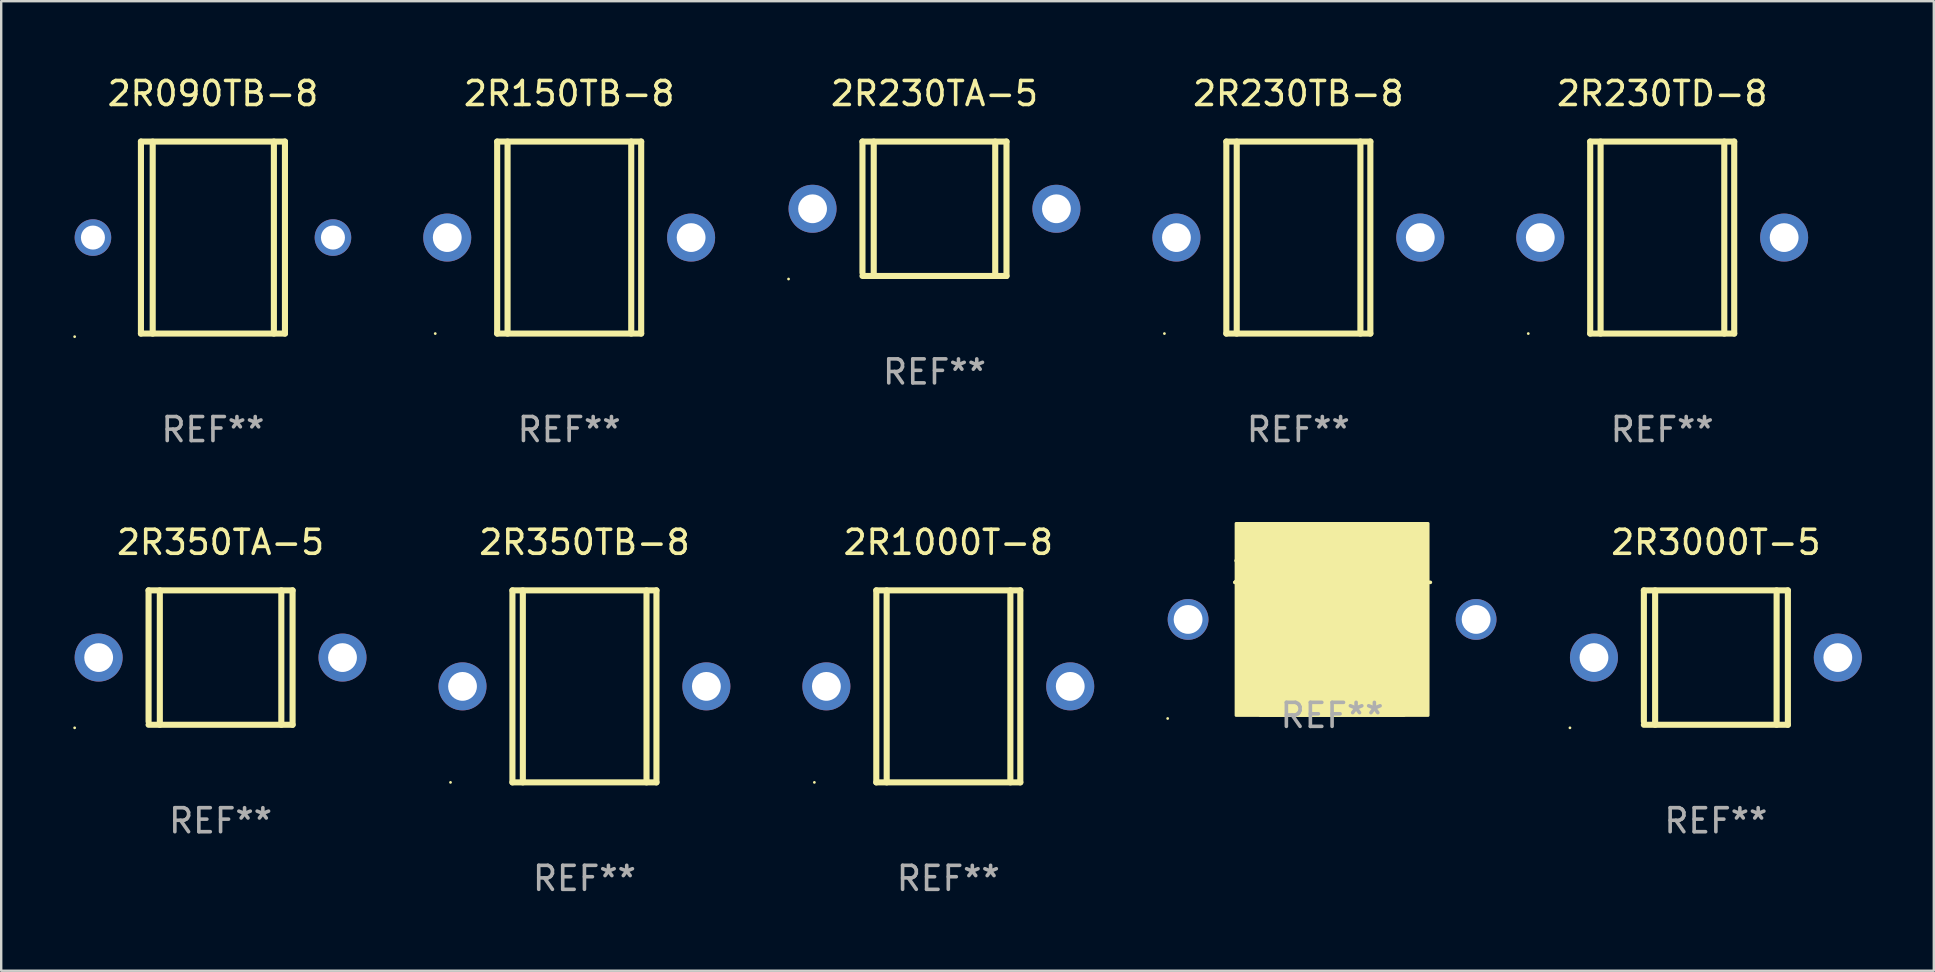
<source format=kicad_pcb>
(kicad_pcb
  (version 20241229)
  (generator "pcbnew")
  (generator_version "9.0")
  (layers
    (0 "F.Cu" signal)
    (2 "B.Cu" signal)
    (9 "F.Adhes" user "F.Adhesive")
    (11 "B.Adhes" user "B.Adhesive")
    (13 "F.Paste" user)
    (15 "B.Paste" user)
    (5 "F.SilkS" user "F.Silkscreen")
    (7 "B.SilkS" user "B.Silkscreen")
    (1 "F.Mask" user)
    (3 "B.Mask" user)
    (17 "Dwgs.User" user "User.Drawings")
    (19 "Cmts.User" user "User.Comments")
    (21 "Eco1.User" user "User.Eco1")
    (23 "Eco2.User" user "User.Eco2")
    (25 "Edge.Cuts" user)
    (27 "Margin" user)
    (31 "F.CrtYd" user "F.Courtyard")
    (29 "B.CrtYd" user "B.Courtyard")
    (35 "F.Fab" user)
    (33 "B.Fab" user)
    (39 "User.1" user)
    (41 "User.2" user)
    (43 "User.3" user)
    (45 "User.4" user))
  (footprint "2R150TB-8"
    (layer "F.Cu")
    (at 20.664 6.848)
    (property "Reference" "2R150TB-8" (at 0 -6 0) (layer "F.SilkS") (effects (font (size 1 1) (thickness 0.15))))
    (attr through_hole)
    (fp_line (start -3 -4) (end -3 4) (stroke (width 0.254) (type solid)) (layer "F.SilkS"))
    (fp_line (start -3 -4) (end 3 -4) (stroke (width 0.254) (type solid)) (layer "F.SilkS"))
    (fp_line (start -3 4) (end 3 4) (stroke (width 0.254) (type solid)) (layer "F.SilkS"))
    (fp_line (start -2.567 -4) (end -2.567 4) (stroke (width 0.254) (type solid)) (layer "F.SilkS"))
    (fp_line (start 2.586 -4) (end 2.586 4) (stroke (width 0.254) (type solid)) (layer "F.SilkS"))
    (fp_line (start 3 -4) (end 3 4) (stroke (width 0.254) (type solid)) (layer "F.SilkS"))
    (fp_circle (center -5.58 4) (end -5.55 4) (stroke (width 0.06) (type solid)) (fill no) (layer "F.SilkS"))
    (fp_text user "REF**" (at 0 8 0) (layer "F.Fab") (effects (font (size 1 1) (thickness 0.15))))
    (pad "1" thru_hole circle (at -5.08 0) (size 2 2) (drill 1.2) (layers "*.Cu" "*.Mask"))
    (pad "2" thru_hole circle (at 5.08 0) (size 2 2) (drill 1.2) (layers "*.Cu" "*.Mask")))
  (footprint "2R090TB-8"
    (layer "F.Cu")
    (at 5.822 6.849)
    (property "Reference" "2R090TB-8" (at 0 -6.001 0) (layer "F.SilkS") (effects (font (size 1 1) (thickness 0.15))))
    (attr through_hole)
    (fp_line (start -3 -4.001) (end -3 3.999) (stroke (width 0.254) (type solid)) (layer "F.SilkS"))
    (fp_line (start -3 -4.001) (end 3 -4.001) (stroke (width 0.254) (type solid)) (layer "F.SilkS"))
    (fp_line (start -2.51 4.001) (end -2.51 -3.999) (stroke (width 0.254) (type solid)) (layer "F.SilkS"))
    (fp_line (start 2.539 3.999) (end 2.539 -4.001) (stroke (width 0.254) (type solid)) (layer "F.SilkS"))
    (fp_line (start 3 3.999) (end -3 3.999) (stroke (width 0.254) (type solid)) (layer "F.SilkS"))
    (fp_line (start 3 3.999) (end 3 -4.001) (stroke (width 0.254) (type solid)) (layer "F.SilkS"))
    (fp_circle (center -5.762 4.128) (end -5.732 4.128) (stroke (width 0.06) (type solid)) (fill no) (layer "F.SilkS"))
    (fp_text user "REF**" (at 0 8.001 0) (layer "F.Fab") (effects (font (size 1 1) (thickness 0.15))))
    (pad "1" thru_hole circle (at -5 -0.001) (size 1.524 1.524) (drill 1) (layers "*.Cu" "*.Mask"))
    (pad "2" thru_hole circle (at 5 -0.001) (size 1.524 1.524) (drill 1) (layers "*.Cu" "*.Mask")))
  (footprint "2R230TB-8"
    (layer "F.Cu")
    (at 51.044 6.848)
    (property "Reference" "2R230TB-8" (at 0 -6 0) (layer "F.SilkS") (effects (font (size 1 1) (thickness 0.15))))
    (attr through_hole)
    (fp_line (start -3 -4) (end -3 4) (stroke (width 0.254) (type solid)) (layer "F.SilkS"))
    (fp_line (start -3 -4) (end 3 -4) (stroke (width 0.254) (type solid)) (layer "F.SilkS"))
    (fp_line (start -3 4) (end 3 4) (stroke (width 0.254) (type solid)) (layer "F.SilkS"))
    (fp_line (start -2.567 -4) (end -2.567 4) (stroke (width 0.254) (type solid)) (layer "F.SilkS"))
    (fp_line (start 2.586 -4) (end 2.586 4) (stroke (width 0.254) (type solid)) (layer "F.SilkS"))
    (fp_line (start 3 -4) (end 3 4) (stroke (width 0.254) (type solid)) (layer "F.SilkS"))
    (fp_circle (center -5.58 4) (end -5.55 4) (stroke (width 0.06) (type solid)) (fill no) (layer "F.SilkS"))
    (fp_text user "REF**" (at 0 8 0) (layer "F.Fab") (effects (font (size 1 1) (thickness 0.15))))
    (pad "1" thru_hole circle (at -5.08 0) (size 2 2) (drill 1.2) (layers "*.Cu" "*.Mask"))
    (pad "2" thru_hole circle (at 5.08 0) (size 2 2) (drill 1.2) (layers "*.Cu" "*.Mask")))
  (footprint "2R350TA-5"
    (layer "F.Cu")
    (at 6.14 24.347)
    (property "Reference" "2R350TA-5" (at 0 -4.8 0) (layer "F.SilkS") (effects (font (size 1 1) (thickness 0.15))))
    (attr through_hole)
    (fp_line (start -3 -2.8) (end -3 2.667) (stroke (width 0.254) (type solid)) (layer "F.SilkS"))
    (fp_line (start -3 -2.8) (end 3 -2.8) (stroke (width 0.254) (type solid)) (layer "F.SilkS"))
    (fp_line (start -3 2.8) (end 3 2.8) (stroke (width 0.254) (type solid)) (layer "F.SilkS"))
    (fp_line (start -2.531 -2.8) (end -2.531 2.8) (stroke (width 0.254) (type solid)) (layer "F.SilkS"))
    (fp_line (start 2.531 -2.8) (end 2.531 2.8) (stroke (width 0.254) (type solid)) (layer "F.SilkS"))
    (fp_line (start 3 -2.8) (end 3 2.8) (stroke (width 0.254) (type solid)) (layer "F.SilkS"))
    (fp_circle (center -6.08 2.927) (end -6.05 2.927) (stroke (width 0.06) (type solid)) (fill no) (layer "F.SilkS"))
    (fp_text user "REF**" (at 0 6.8 0) (layer "F.Fab") (effects (font (size 1 1) (thickness 0.15))))
    (pad "1" thru_hole circle (at -5.08 0) (size 2 2) (drill 1.2) (layers "*.Cu" "*.Mask"))
    (pad "2" thru_hole circle (at 5.08 0) (size 2 2) (drill 1.2) (layers "*.Cu" "*.Mask")))
  (footprint "2R1500A5L"
    (layer "F.Cu")
    (at 52.45 22.758)
    (property "Reference" "2R1500A5L" (at 0 -2 0) (layer "F.SilkS") (effects (font (size 1 1) (thickness 0.15))))
    (attr through_hole)
    (fp_circle (center -6.85 4.127) (end -6.82 4.127) (stroke (width 0.06) (type solid)) (fill no) (layer "F.SilkS"))
    (fp_poly (pts (xy -4 -4) (xy 4 -4) (xy 4 4) (xy -4 4)) (stroke (width 0.12) (type solid)) (fill yes) (layer "F.SilkS"))
    (fp_poly (pts (xy -3 -4) (xy 3 -4) (xy 3 4) (xy -3 4)) (stroke (width 0.12) (type solid)) (fill yes) (layer "F.SilkS"))
    (fp_text user "REF**" (at 0 4 0) (layer "F.Fab") (effects (font (size 1 1) (thickness 0.15))))
    (pad "1" thru_hole circle (at -6 0) (size 1.7 1.7) (drill 1.2) (layers "*.Cu" "*.Mask"))
    (pad "2" thru_hole circle (at 6 0) (size 1.7 1.7) (drill 1.2) (layers "*.Cu" "*.Mask")))
  (footprint "2R350TB-8"
    (layer "F.Cu")
    (at 21.3 25.547)
    (property "Reference" "2R350TB-8" (at 0 -6 0) (layer "F.SilkS") (effects (font (size 1 1) (thickness 0.15))))
    (attr through_hole)
    (fp_line (start -3 -4) (end -3 4) (stroke (width 0.254) (type solid)) (layer "F.SilkS"))
    (fp_line (start -3 -4) (end 3 -4) (stroke (width 0.254) (type solid)) (layer "F.SilkS"))
    (fp_line (start -3 4) (end 3 4) (stroke (width 0.254) (type solid)) (layer "F.SilkS"))
    (fp_line (start -2.567 -4) (end -2.567 4) (stroke (width 0.254) (type solid)) (layer "F.SilkS"))
    (fp_line (start 2.586 -4) (end 2.586 4) (stroke (width 0.254) (type solid)) (layer "F.SilkS"))
    (fp_line (start 3 -4) (end 3 4) (stroke (width 0.254) (type solid)) (layer "F.SilkS"))
    (fp_circle (center -5.58 4) (end -5.55 4) (stroke (width 0.06) (type solid)) (fill no) (layer "F.SilkS"))
    (fp_text user "REF**" (at 0 8 0) (layer "F.Fab") (effects (font (size 1 1) (thickness 0.15))))
    (pad "1" thru_hole circle (at -5.08 0) (size 2 2) (drill 1.2) (layers "*.Cu" "*.Mask"))
    (pad "2" thru_hole circle (at 5.08 0) (size 2 2) (drill 1.2) (layers "*.Cu" "*.Mask")))
  (footprint "2R230TD-8"
    (layer "F.Cu")
    (at 66.204 6.848)
    (property "Reference" "2R230TD-8" (at 0 -6 0) (layer "F.SilkS") (effects (font (size 1 1) (thickness 0.15))))
    (attr through_hole)
    (fp_line (start -3 -4) (end -3 4) (stroke (width 0.254) (type solid)) (layer "F.SilkS"))
    (fp_line (start -3 -4) (end 3 -4) (stroke (width 0.254) (type solid)) (layer "F.SilkS"))
    (fp_line (start -3 4) (end 3 4) (stroke (width 0.254) (type solid)) (layer "F.SilkS"))
    (fp_line (start -2.567 -4) (end -2.567 4) (stroke (width 0.254) (type solid)) (layer "F.SilkS"))
    (fp_line (start 2.586 -4) (end 2.586 4) (stroke (width 0.254) (type solid)) (layer "F.SilkS"))
    (fp_line (start 3 -4) (end 3 4) (stroke (width 0.254) (type solid)) (layer "F.SilkS"))
    (fp_circle (center -5.58 4) (end -5.55 4) (stroke (width 0.06) (type solid)) (fill no) (layer "F.SilkS"))
    (fp_text user "REF**" (at 0 8 0) (layer "F.Fab") (effects (font (size 1 1) (thickness 0.15))))
    (pad "1" thru_hole circle (at -5.08 0) (size 2 2) (drill 1.2) (layers "*.Cu" "*.Mask"))
    (pad "2" thru_hole circle (at 5.08 0) (size 2 2) (drill 1.2) (layers "*.Cu" "*.Mask")))
  (footprint "2R3000T-5"
    (layer "F.Cu")
    (at 68.44 24.347)
    (property "Reference" "2R3000T-5" (at 0 -4.8 0) (layer "F.SilkS") (effects (font (size 1 1) (thickness 0.15))))
    (attr through_hole)
    (fp_line (start -3 -2.8) (end -3 2.667) (stroke (width 0.254) (type solid)) (layer "F.SilkS"))
    (fp_line (start -3 -2.8) (end 3 -2.8) (stroke (width 0.254) (type solid)) (layer "F.SilkS"))
    (fp_line (start -3 2.8) (end 3 2.8) (stroke (width 0.254) (type solid)) (layer "F.SilkS"))
    (fp_line (start -2.531 -2.8) (end -2.531 2.8) (stroke (width 0.254) (type solid)) (layer "F.SilkS"))
    (fp_line (start 2.531 -2.8) (end 2.531 2.8) (stroke (width 0.254) (type solid)) (layer "F.SilkS"))
    (fp_line (start 3 -2.8) (end 3 2.8) (stroke (width 0.254) (type solid)) (layer "F.SilkS"))
    (fp_circle (center -6.08 2.927) (end -6.05 2.927) (stroke (width 0.06) (type solid)) (fill no) (layer "F.SilkS"))
    (fp_text user "REF**" (at 0 6.8 0) (layer "F.Fab") (effects (font (size 1 1) (thickness 0.15))))
    (pad "1" thru_hole circle (at -5.08 0) (size 2 2) (drill 1.2) (layers "*.Cu" "*.Mask"))
    (pad "2" thru_hole circle (at 5.08 0) (size 2 2) (drill 1.2) (layers "*.Cu" "*.Mask")))
  (footprint "2R1000T-8"
    (layer "F.Cu")
    (at 36.46 25.547)
    (property "Reference" "2R1000T-8" (at 0 -6 0) (layer "F.SilkS") (effects (font (size 1 1) (thickness 0.15))))
    (attr through_hole)
    (fp_line (start -3 -4) (end -3 4) (stroke (width 0.254) (type solid)) (layer "F.SilkS"))
    (fp_line (start -3 -4) (end 3 -4) (stroke (width 0.254) (type solid)) (layer "F.SilkS"))
    (fp_line (start -3 4) (end 3 4) (stroke (width 0.254) (type solid)) (layer "F.SilkS"))
    (fp_line (start -2.567 -4) (end -2.567 4) (stroke (width 0.254) (type solid)) (layer "F.SilkS"))
    (fp_line (start 2.586 -4) (end 2.586 4) (stroke (width 0.254) (type solid)) (layer "F.SilkS"))
    (fp_line (start 3 -4) (end 3 4) (stroke (width 0.254) (type solid)) (layer "F.SilkS"))
    (fp_circle (center -5.58 4) (end -5.55 4) (stroke (width 0.06) (type solid)) (fill no) (layer "F.SilkS"))
    (fp_text user "REF**" (at 0 8 0) (layer "F.Fab") (effects (font (size 1 1) (thickness 0.15))))
    (pad "1" thru_hole circle (at -5.08 0) (size 2 2) (drill 1.2) (layers "*.Cu" "*.Mask"))
    (pad "2" thru_hole circle (at 5.08 0) (size 2 2) (drill 1.2) (layers "*.Cu" "*.Mask")))
  (footprint "2R230TA-5"
    (layer "F.Cu")
    (at 35.884 5.648)
    (property "Reference" "2R230TA-5" (at 0 -4.8 0) (layer "F.SilkS") (effects (font (size 1 1) (thickness 0.15))))
    (attr through_hole)
    (fp_line (start -3 -2.8) (end -3 2.667) (stroke (width 0.254) (type solid)) (layer "F.SilkS"))
    (fp_line (start -3 -2.8) (end 3 -2.8) (stroke (width 0.254) (type solid)) (layer "F.SilkS"))
    (fp_line (start -3 2.8) (end 3 2.8) (stroke (width 0.254) (type solid)) (layer "F.SilkS"))
    (fp_line (start -2.531 -2.8) (end -2.531 2.8) (stroke (width 0.254) (type solid)) (layer "F.SilkS"))
    (fp_line (start 2.531 -2.8) (end 2.531 2.8) (stroke (width 0.254) (type solid)) (layer "F.SilkS"))
    (fp_line (start 3 -2.8) (end 3 2.8) (stroke (width 0.254) (type solid)) (layer "F.SilkS"))
    (fp_circle (center -6.08 2.927) (end -6.05 2.927) (stroke (width 0.06) (type solid)) (fill no) (layer "F.SilkS"))
    (fp_text user "REF**" (at 0 6.8 0) (layer "F.Fab") (effects (font (size 1 1) (thickness 0.15))))
    (pad "1" thru_hole circle (at -5.08 0) (size 2 2) (drill 1.2) (layers "*.Cu" "*.Mask"))
    (pad "2" thru_hole circle (at 5.08 0) (size 2 2) (drill 1.2) (layers "*.Cu" "*.Mask")))
  (gr_rect
    (start -3 -3)
    (end 77.52 37.395)
    (stroke (width 0.1) (type default))
    (fill no)
    (layer "Edge.Cuts")))
</source>
